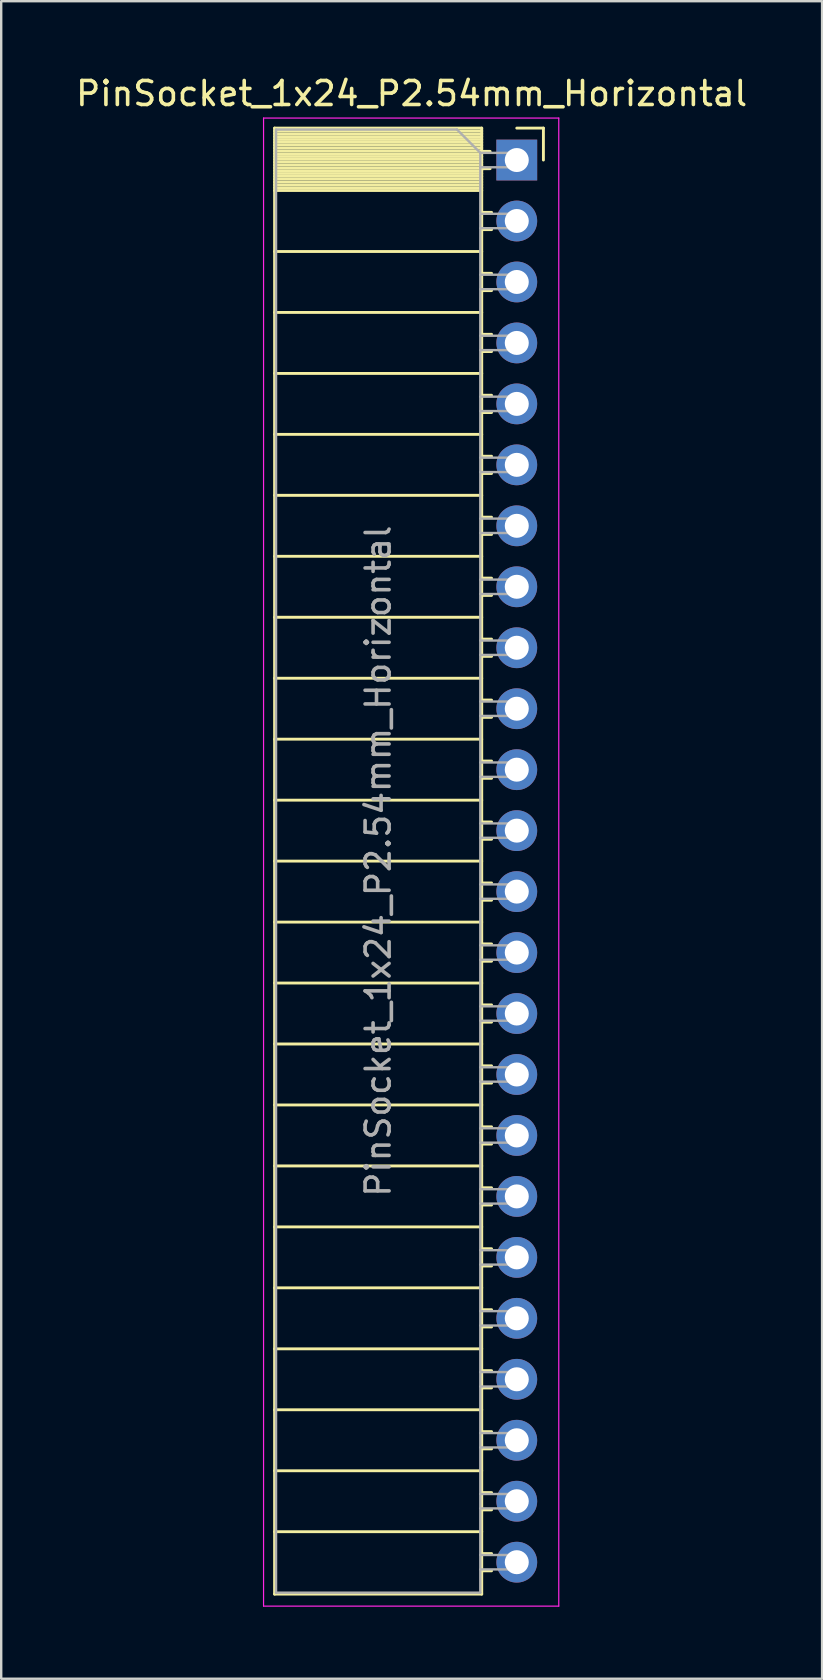
<source format=kicad_pcb>
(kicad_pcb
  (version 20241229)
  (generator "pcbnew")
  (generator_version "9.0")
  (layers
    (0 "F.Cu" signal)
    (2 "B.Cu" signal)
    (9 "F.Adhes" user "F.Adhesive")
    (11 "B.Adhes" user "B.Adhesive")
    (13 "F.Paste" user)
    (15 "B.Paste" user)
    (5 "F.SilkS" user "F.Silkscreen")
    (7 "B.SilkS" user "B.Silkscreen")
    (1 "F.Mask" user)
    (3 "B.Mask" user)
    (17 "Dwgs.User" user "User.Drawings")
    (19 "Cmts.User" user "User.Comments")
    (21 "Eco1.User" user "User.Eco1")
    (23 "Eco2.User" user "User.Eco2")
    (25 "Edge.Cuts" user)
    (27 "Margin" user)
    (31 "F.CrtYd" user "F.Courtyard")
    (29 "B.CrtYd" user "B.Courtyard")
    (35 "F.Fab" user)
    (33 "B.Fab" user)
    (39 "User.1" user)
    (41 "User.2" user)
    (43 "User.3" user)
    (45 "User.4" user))
  (footprint "PinSocket_1x24_P2.54mm_Horizontal"
    (layer "F.Cu")
    (at 18.481 3.618)
    (property "Reference" "PinSocket_1x24_P2.54mm_Horizontal" (at -4.38 -2.77 0) (layer "F.SilkS") (effects (font (size 1 1) (thickness 0.15))))
    (attr through_hole)
    (fp_line (start -10.09 -1.33) (end -10.09 59.75) (stroke (width 0.12) (type solid)) (layer "F.SilkS"))
    (fp_line (start -10.09 -1.33) (end -1.46 -1.33) (stroke (width 0.12) (type solid)) (layer "F.SilkS"))
    (fp_line (start -10.09 -1.21) (end -1.46 -1.21) (stroke (width 0.12) (type solid)) (layer "F.SilkS"))
    (fp_line (start -10.09 -1.092) (end -1.46 -1.092) (stroke (width 0.12) (type solid)) (layer "F.SilkS"))
    (fp_line (start -10.09 -0.974) (end -1.46 -0.974) (stroke (width 0.12) (type solid)) (layer "F.SilkS"))
    (fp_line (start -10.09 -0.856) (end -1.46 -0.856) (stroke (width 0.12) (type solid)) (layer "F.SilkS"))
    (fp_line (start -10.09 -0.738) (end -1.46 -0.738) (stroke (width 0.12) (type solid)) (layer "F.SilkS"))
    (fp_line (start -10.09 -0.62) (end -1.46 -0.62) (stroke (width 0.12) (type solid)) (layer "F.SilkS"))
    (fp_line (start -10.09 -0.501) (end -1.46 -0.501) (stroke (width 0.12) (type solid)) (layer "F.SilkS"))
    (fp_line (start -10.09 -0.383) (end -1.46 -0.383) (stroke (width 0.12) (type solid)) (layer "F.SilkS"))
    (fp_line (start -10.09 -0.265) (end -1.46 -0.265) (stroke (width 0.12) (type solid)) (layer "F.SilkS"))
    (fp_line (start -10.09 -0.147) (end -1.46 -0.147) (stroke (width 0.12) (type solid)) (layer "F.SilkS"))
    (fp_line (start -10.09 -0.029) (end -1.46 -0.029) (stroke (width 0.12) (type solid)) (layer "F.SilkS"))
    (fp_line (start -10.09 0.089) (end -1.46 0.089) (stroke (width 0.12) (type solid)) (layer "F.SilkS"))
    (fp_line (start -10.09 0.207) (end -1.46 0.207) (stroke (width 0.12) (type solid)) (layer "F.SilkS"))
    (fp_line (start -10.09 0.325) (end -1.46 0.325) (stroke (width 0.12) (type solid)) (layer "F.SilkS"))
    (fp_line (start -10.09 0.443) (end -1.46 0.443) (stroke (width 0.12) (type solid)) (layer "F.SilkS"))
    (fp_line (start -10.09 0.561) (end -1.46 0.561) (stroke (width 0.12) (type solid)) (layer "F.SilkS"))
    (fp_line (start -10.09 0.68) (end -1.46 0.68) (stroke (width 0.12) (type solid)) (layer "F.SilkS"))
    (fp_line (start -10.09 0.798) (end -1.46 0.798) (stroke (width 0.12) (type solid)) (layer "F.SilkS"))
    (fp_line (start -10.09 0.916) (end -1.46 0.916) (stroke (width 0.12) (type solid)) (layer "F.SilkS"))
    (fp_line (start -10.09 1.034) (end -1.46 1.034) (stroke (width 0.12) (type solid)) (layer "F.SilkS"))
    (fp_line (start -10.09 1.152) (end -1.46 1.152) (stroke (width 0.12) (type solid)) (layer "F.SilkS"))
    (fp_line (start -10.09 1.27) (end -1.46 1.27) (stroke (width 0.12) (type solid)) (layer "F.SilkS"))
    (fp_line (start -10.09 3.81) (end -1.46 3.81) (stroke (width 0.12) (type solid)) (layer "F.SilkS"))
    (fp_line (start -10.09 6.35) (end -1.46 6.35) (stroke (width 0.12) (type solid)) (layer "F.SilkS"))
    (fp_line (start -10.09 8.89) (end -1.46 8.89) (stroke (width 0.12) (type solid)) (layer "F.SilkS"))
    (fp_line (start -10.09 11.43) (end -1.46 11.43) (stroke (width 0.12) (type solid)) (layer "F.SilkS"))
    (fp_line (start -10.09 13.97) (end -1.46 13.97) (stroke (width 0.12) (type solid)) (layer "F.SilkS"))
    (fp_line (start -10.09 16.51) (end -1.46 16.51) (stroke (width 0.12) (type solid)) (layer "F.SilkS"))
    (fp_line (start -10.09 19.05) (end -1.46 19.05) (stroke (width 0.12) (type solid)) (layer "F.SilkS"))
    (fp_line (start -10.09 21.59) (end -1.46 21.59) (stroke (width 0.12) (type solid)) (layer "F.SilkS"))
    (fp_line (start -10.09 24.13) (end -1.46 24.13) (stroke (width 0.12) (type solid)) (layer "F.SilkS"))
    (fp_line (start -10.09 26.67) (end -1.46 26.67) (stroke (width 0.12) (type solid)) (layer "F.SilkS"))
    (fp_line (start -10.09 29.21) (end -1.46 29.21) (stroke (width 0.12) (type solid)) (layer "F.SilkS"))
    (fp_line (start -10.09 31.75) (end -1.46 31.75) (stroke (width 0.12) (type solid)) (layer "F.SilkS"))
    (fp_line (start -10.09 34.29) (end -1.46 34.29) (stroke (width 0.12) (type solid)) (layer "F.SilkS"))
    (fp_line (start -10.09 36.83) (end -1.46 36.83) (stroke (width 0.12) (type solid)) (layer "F.SilkS"))
    (fp_line (start -10.09 39.37) (end -1.46 39.37) (stroke (width 0.12) (type solid)) (layer "F.SilkS"))
    (fp_line (start -10.09 41.91) (end -1.46 41.91) (stroke (width 0.12) (type solid)) (layer "F.SilkS"))
    (fp_line (start -10.09 44.45) (end -1.46 44.45) (stroke (width 0.12) (type solid)) (layer "F.SilkS"))
    (fp_line (start -10.09 46.99) (end -1.46 46.99) (stroke (width 0.12) (type solid)) (layer "F.SilkS"))
    (fp_line (start -10.09 49.53) (end -1.46 49.53) (stroke (width 0.12) (type solid)) (layer "F.SilkS"))
    (fp_line (start -10.09 52.07) (end -1.46 52.07) (stroke (width 0.12) (type solid)) (layer "F.SilkS"))
    (fp_line (start -10.09 54.61) (end -1.46 54.61) (stroke (width 0.12) (type solid)) (layer "F.SilkS"))
    (fp_line (start -10.09 57.15) (end -1.46 57.15) (stroke (width 0.12) (type solid)) (layer "F.SilkS"))
    (fp_line (start -10.09 59.75) (end -1.46 59.75) (stroke (width 0.12) (type solid)) (layer "F.SilkS"))
    (fp_line (start -1.46 -1.33) (end -1.46 59.75) (stroke (width 0.12) (type solid)) (layer "F.SilkS"))
    (fp_line (start -1.46 -0.36) (end -1.11 -0.36) (stroke (width 0.12) (type solid)) (layer "F.SilkS"))
    (fp_line (start -1.46 0.36) (end -1.11 0.36) (stroke (width 0.12) (type solid)) (layer "F.SilkS"))
    (fp_line (start -1.46 2.18) (end -1.05 2.18) (stroke (width 0.12) (type solid)) (layer "F.SilkS"))
    (fp_line (start -1.46 2.9) (end -1.05 2.9) (stroke (width 0.12) (type solid)) (layer "F.SilkS"))
    (fp_line (start -1.46 4.72) (end -1.05 4.72) (stroke (width 0.12) (type solid)) (layer "F.SilkS"))
    (fp_line (start -1.46 5.44) (end -1.05 5.44) (stroke (width 0.12) (type solid)) (layer "F.SilkS"))
    (fp_line (start -1.46 7.26) (end -1.05 7.26) (stroke (width 0.12) (type solid)) (layer "F.SilkS"))
    (fp_line (start -1.46 7.98) (end -1.05 7.98) (stroke (width 0.12) (type solid)) (layer "F.SilkS"))
    (fp_line (start -1.46 9.8) (end -1.05 9.8) (stroke (width 0.12) (type solid)) (layer "F.SilkS"))
    (fp_line (start -1.46 10.52) (end -1.05 10.52) (stroke (width 0.12) (type solid)) (layer "F.SilkS"))
    (fp_line (start -1.46 12.34) (end -1.05 12.34) (stroke (width 0.12) (type solid)) (layer "F.SilkS"))
    (fp_line (start -1.46 13.06) (end -1.05 13.06) (stroke (width 0.12) (type solid)) (layer "F.SilkS"))
    (fp_line (start -1.46 14.88) (end -1.05 14.88) (stroke (width 0.12) (type solid)) (layer "F.SilkS"))
    (fp_line (start -1.46 15.6) (end -1.05 15.6) (stroke (width 0.12) (type solid)) (layer "F.SilkS"))
    (fp_line (start -1.46 17.42) (end -1.05 17.42) (stroke (width 0.12) (type solid)) (layer "F.SilkS"))
    (fp_line (start -1.46 18.14) (end -1.05 18.14) (stroke (width 0.12) (type solid)) (layer "F.SilkS"))
    (fp_line (start -1.46 19.96) (end -1.05 19.96) (stroke (width 0.12) (type solid)) (layer "F.SilkS"))
    (fp_line (start -1.46 20.68) (end -1.05 20.68) (stroke (width 0.12) (type solid)) (layer "F.SilkS"))
    (fp_line (start -1.46 22.5) (end -1.05 22.5) (stroke (width 0.12) (type solid)) (layer "F.SilkS"))
    (fp_line (start -1.46 23.22) (end -1.05 23.22) (stroke (width 0.12) (type solid)) (layer "F.SilkS"))
    (fp_line (start -1.46 25.04) (end -1.05 25.04) (stroke (width 0.12) (type solid)) (layer "F.SilkS"))
    (fp_line (start -1.46 25.76) (end -1.05 25.76) (stroke (width 0.12) (type solid)) (layer "F.SilkS"))
    (fp_line (start -1.46 27.58) (end -1.05 27.58) (stroke (width 0.12) (type solid)) (layer "F.SilkS"))
    (fp_line (start -1.46 28.3) (end -1.05 28.3) (stroke (width 0.12) (type solid)) (layer "F.SilkS"))
    (fp_line (start -1.46 30.12) (end -1.05 30.12) (stroke (width 0.12) (type solid)) (layer "F.SilkS"))
    (fp_line (start -1.46 30.84) (end -1.05 30.84) (stroke (width 0.12) (type solid)) (layer "F.SilkS"))
    (fp_line (start -1.46 32.66) (end -1.05 32.66) (stroke (width 0.12) (type solid)) (layer "F.SilkS"))
    (fp_line (start -1.46 33.38) (end -1.05 33.38) (stroke (width 0.12) (type solid)) (layer "F.SilkS"))
    (fp_line (start -1.46 35.2) (end -1.05 35.2) (stroke (width 0.12) (type solid)) (layer "F.SilkS"))
    (fp_line (start -1.46 35.92) (end -1.05 35.92) (stroke (width 0.12) (type solid)) (layer "F.SilkS"))
    (fp_line (start -1.46 37.74) (end -1.05 37.74) (stroke (width 0.12) (type solid)) (layer "F.SilkS"))
    (fp_line (start -1.46 38.46) (end -1.05 38.46) (stroke (width 0.12) (type solid)) (layer "F.SilkS"))
    (fp_line (start -1.46 40.28) (end -1.05 40.28) (stroke (width 0.12) (type solid)) (layer "F.SilkS"))
    (fp_line (start -1.46 41) (end -1.05 41) (stroke (width 0.12) (type solid)) (layer "F.SilkS"))
    (fp_line (start -1.46 42.82) (end -1.05 42.82) (stroke (width 0.12) (type solid)) (layer "F.SilkS"))
    (fp_line (start -1.46 43.54) (end -1.05 43.54) (stroke (width 0.12) (type solid)) (layer "F.SilkS"))
    (fp_line (start -1.46 45.36) (end -1.05 45.36) (stroke (width 0.12) (type solid)) (layer "F.SilkS"))
    (fp_line (start -1.46 46.08) (end -1.05 46.08) (stroke (width 0.12) (type solid)) (layer "F.SilkS"))
    (fp_line (start -1.46 47.9) (end -1.05 47.9) (stroke (width 0.12) (type solid)) (layer "F.SilkS"))
    (fp_line (start -1.46 48.62) (end -1.05 48.62) (stroke (width 0.12) (type solid)) (layer "F.SilkS"))
    (fp_line (start -1.46 50.44) (end -1.05 50.44) (stroke (width 0.12) (type solid)) (layer "F.SilkS"))
    (fp_line (start -1.46 51.16) (end -1.05 51.16) (stroke (width 0.12) (type solid)) (layer "F.SilkS"))
    (fp_line (start -1.46 52.98) (end -1.05 52.98) (stroke (width 0.12) (type solid)) (layer "F.SilkS"))
    (fp_line (start -1.46 53.7) (end -1.05 53.7) (stroke (width 0.12) (type solid)) (layer "F.SilkS"))
    (fp_line (start -1.46 55.52) (end -1.05 55.52) (stroke (width 0.12) (type solid)) (layer "F.SilkS"))
    (fp_line (start -1.46 56.24) (end -1.05 56.24) (stroke (width 0.12) (type solid)) (layer "F.SilkS"))
    (fp_line (start -1.46 58.06) (end -1.05 58.06) (stroke (width 0.12) (type solid)) (layer "F.SilkS"))
    (fp_line (start -1.46 58.78) (end -1.05 58.78) (stroke (width 0.12) (type solid)) (layer "F.SilkS"))
    (fp_line (start 0 -1.33) (end 1.11 -1.33) (stroke (width 0.12) (type solid)) (layer "F.SilkS"))
    (fp_line (start 1.11 -1.33) (end 1.11 0) (stroke (width 0.12) (type solid)) (layer "F.SilkS"))
    (fp_line (start -10.55 -1.75) (end -10.55 60.25) (stroke (width 0.05) (type solid)) (layer "F.CrtYd"))
    (fp_line (start -10.55 60.25) (end 1.75 60.25) (stroke (width 0.05) (type solid)) (layer "F.CrtYd"))
    (fp_line (start 1.75 -1.75) (end -10.55 -1.75) (stroke (width 0.05) (type solid)) (layer "F.CrtYd"))
    (fp_line (start 1.75 60.25) (end 1.75 -1.75) (stroke (width 0.05) (type solid)) (layer "F.CrtYd"))
    (fp_line (start -10.03 -1.27) (end -2.49 -1.27) (stroke (width 0.1) (type solid)) (layer "F.Fab"))
    (fp_line (start -10.03 59.69) (end -10.03 -1.27) (stroke (width 0.1) (type solid)) (layer "F.Fab"))
    (fp_line (start -2.49 -1.27) (end -1.52 -0.3) (stroke (width 0.1) (type solid)) (layer "F.Fab"))
    (fp_line (start -1.52 -0.3) (end -1.52 59.69) (stroke (width 0.1) (type solid)) (layer "F.Fab"))
    (fp_line (start -1.52 0.3) (end 0 0.3) (stroke (width 0.1) (type solid)) (layer "F.Fab"))
    (fp_line (start -1.52 2.84) (end 0 2.84) (stroke (width 0.1) (type solid)) (layer "F.Fab"))
    (fp_line (start -1.52 5.38) (end 0 5.38) (stroke (width 0.1) (type solid)) (layer "F.Fab"))
    (fp_line (start -1.52 7.92) (end 0 7.92) (stroke (width 0.1) (type solid)) (layer "F.Fab"))
    (fp_line (start -1.52 10.46) (end 0 10.46) (stroke (width 0.1) (type solid)) (layer "F.Fab"))
    (fp_line (start -1.52 13) (end 0 13) (stroke (width 0.1) (type solid)) (layer "F.Fab"))
    (fp_line (start -1.52 15.54) (end 0 15.54) (stroke (width 0.1) (type solid)) (layer "F.Fab"))
    (fp_line (start -1.52 18.08) (end 0 18.08) (stroke (width 0.1) (type solid)) (layer "F.Fab"))
    (fp_line (start -1.52 20.62) (end 0 20.62) (stroke (width 0.1) (type solid)) (layer "F.Fab"))
    (fp_line (start -1.52 23.16) (end 0 23.16) (stroke (width 0.1) (type solid)) (layer "F.Fab"))
    (fp_line (start -1.52 25.7) (end 0 25.7) (stroke (width 0.1) (type solid)) (layer "F.Fab"))
    (fp_line (start -1.52 28.24) (end 0 28.24) (stroke (width 0.1) (type solid)) (layer "F.Fab"))
    (fp_line (start -1.52 30.78) (end 0 30.78) (stroke (width 0.1) (type solid)) (layer "F.Fab"))
    (fp_line (start -1.52 33.32) (end 0 33.32) (stroke (width 0.1) (type solid)) (layer "F.Fab"))
    (fp_line (start -1.52 35.86) (end 0 35.86) (stroke (width 0.1) (type solid)) (layer "F.Fab"))
    (fp_line (start -1.52 38.4) (end 0 38.4) (stroke (width 0.1) (type solid)) (layer "F.Fab"))
    (fp_line (start -1.52 40.94) (end 0 40.94) (stroke (width 0.1) (type solid)) (layer "F.Fab"))
    (fp_line (start -1.52 43.48) (end 0 43.48) (stroke (width 0.1) (type solid)) (layer "F.Fab"))
    (fp_line (start -1.52 46.02) (end 0 46.02) (stroke (width 0.1) (type solid)) (layer "F.Fab"))
    (fp_line (start -1.52 48.56) (end 0 48.56) (stroke (width 0.1) (type solid)) (layer "F.Fab"))
    (fp_line (start -1.52 51.1) (end 0 51.1) (stroke (width 0.1) (type solid)) (layer "F.Fab"))
    (fp_line (start -1.52 53.64) (end 0 53.64) (stroke (width 0.1) (type solid)) (layer "F.Fab"))
    (fp_line (start -1.52 56.18) (end 0 56.18) (stroke (width 0.1) (type solid)) (layer "F.Fab"))
    (fp_line (start -1.52 58.72) (end 0 58.72) (stroke (width 0.1) (type solid)) (layer "F.Fab"))
    (fp_line (start -1.52 59.69) (end -10.03 59.69) (stroke (width 0.1) (type solid)) (layer "F.Fab"))
    (fp_line (start 0 -0.3) (end -1.52 -0.3) (stroke (width 0.1) (type solid)) (layer "F.Fab"))
    (fp_line (start 0 0.3) (end 0 -0.3) (stroke (width 0.1) (type solid)) (layer "F.Fab"))
    (fp_line (start 0 2.24) (end -1.52 2.24) (stroke (width 0.1) (type solid)) (layer "F.Fab"))
    (fp_line (start 0 2.84) (end 0 2.24) (stroke (width 0.1) (type solid)) (layer "F.Fab"))
    (fp_line (start 0 4.78) (end -1.52 4.78) (stroke (width 0.1) (type solid)) (layer "F.Fab"))
    (fp_line (start 0 5.38) (end 0 4.78) (stroke (width 0.1) (type solid)) (layer "F.Fab"))
    (fp_line (start 0 7.32) (end -1.52 7.32) (stroke (width 0.1) (type solid)) (layer "F.Fab"))
    (fp_line (start 0 7.92) (end 0 7.32) (stroke (width 0.1) (type solid)) (layer "F.Fab"))
    (fp_line (start 0 9.86) (end -1.52 9.86) (stroke (width 0.1) (type solid)) (layer "F.Fab"))
    (fp_line (start 0 10.46) (end 0 9.86) (stroke (width 0.1) (type solid)) (layer "F.Fab"))
    (fp_line (start 0 12.4) (end -1.52 12.4) (stroke (width 0.1) (type solid)) (layer "F.Fab"))
    (fp_line (start 0 13) (end 0 12.4) (stroke (width 0.1) (type solid)) (layer "F.Fab"))
    (fp_line (start 0 14.94) (end -1.52 14.94) (stroke (width 0.1) (type solid)) (layer "F.Fab"))
    (fp_line (start 0 15.54) (end 0 14.94) (stroke (width 0.1) (type solid)) (layer "F.Fab"))
    (fp_line (start 0 17.48) (end -1.52 17.48) (stroke (width 0.1) (type solid)) (layer "F.Fab"))
    (fp_line (start 0 18.08) (end 0 17.48) (stroke (width 0.1) (type solid)) (layer "F.Fab"))
    (fp_line (start 0 20.02) (end -1.52 20.02) (stroke (width 0.1) (type solid)) (layer "F.Fab"))
    (fp_line (start 0 20.62) (end 0 20.02) (stroke (width 0.1) (type solid)) (layer "F.Fab"))
    (fp_line (start 0 22.56) (end -1.52 22.56) (stroke (width 0.1) (type solid)) (layer "F.Fab"))
    (fp_line (start 0 23.16) (end 0 22.56) (stroke (width 0.1) (type solid)) (layer "F.Fab"))
    (fp_line (start 0 25.1) (end -1.52 25.1) (stroke (width 0.1) (type solid)) (layer "F.Fab"))
    (fp_line (start 0 25.7) (end 0 25.1) (stroke (width 0.1) (type solid)) (layer "F.Fab"))
    (fp_line (start 0 27.64) (end -1.52 27.64) (stroke (width 0.1) (type solid)) (layer "F.Fab"))
    (fp_line (start 0 28.24) (end 0 27.64) (stroke (width 0.1) (type solid)) (layer "F.Fab"))
    (fp_line (start 0 30.18) (end -1.52 30.18) (stroke (width 0.1) (type solid)) (layer "F.Fab"))
    (fp_line (start 0 30.78) (end 0 30.18) (stroke (width 0.1) (type solid)) (layer "F.Fab"))
    (fp_line (start 0 32.72) (end -1.52 32.72) (stroke (width 0.1) (type solid)) (layer "F.Fab"))
    (fp_line (start 0 33.32) (end 0 32.72) (stroke (width 0.1) (type solid)) (layer "F.Fab"))
    (fp_line (start 0 35.26) (end -1.52 35.26) (stroke (width 0.1) (type solid)) (layer "F.Fab"))
    (fp_line (start 0 35.86) (end 0 35.26) (stroke (width 0.1) (type solid)) (layer "F.Fab"))
    (fp_line (start 0 37.8) (end -1.52 37.8) (stroke (width 0.1) (type solid)) (layer "F.Fab"))
    (fp_line (start 0 38.4) (end 0 37.8) (stroke (width 0.1) (type solid)) (layer "F.Fab"))
    (fp_line (start 0 40.34) (end -1.52 40.34) (stroke (width 0.1) (type solid)) (layer "F.Fab"))
    (fp_line (start 0 40.94) (end 0 40.34) (stroke (width 0.1) (type solid)) (layer "F.Fab"))
    (fp_line (start 0 42.88) (end -1.52 42.88) (stroke (width 0.1) (type solid)) (layer "F.Fab"))
    (fp_line (start 0 43.48) (end 0 42.88) (stroke (width 0.1) (type solid)) (layer "F.Fab"))
    (fp_line (start 0 45.42) (end -1.52 45.42) (stroke (width 0.1) (type solid)) (layer "F.Fab"))
    (fp_line (start 0 46.02) (end 0 45.42) (stroke (width 0.1) (type solid)) (layer "F.Fab"))
    (fp_line (start 0 47.96) (end -1.52 47.96) (stroke (width 0.1) (type solid)) (layer "F.Fab"))
    (fp_line (start 0 48.56) (end 0 47.96) (stroke (width 0.1) (type solid)) (layer "F.Fab"))
    (fp_line (start 0 50.5) (end -1.52 50.5) (stroke (width 0.1) (type solid)) (layer "F.Fab"))
    (fp_line (start 0 51.1) (end 0 50.5) (stroke (width 0.1) (type solid)) (layer "F.Fab"))
    (fp_line (start 0 53.04) (end -1.52 53.04) (stroke (width 0.1) (type solid)) (layer "F.Fab"))
    (fp_line (start 0 53.64) (end 0 53.04) (stroke (width 0.1) (type solid)) (layer "F.Fab"))
    (fp_line (start 0 55.58) (end -1.52 55.58) (stroke (width 0.1) (type solid)) (layer "F.Fab"))
    (fp_line (start 0 56.18) (end 0 55.58) (stroke (width 0.1) (type solid)) (layer "F.Fab"))
    (fp_line (start 0 58.12) (end -1.52 58.12) (stroke (width 0.1) (type solid)) (layer "F.Fab"))
    (fp_line (start 0 58.72) (end 0 58.12) (stroke (width 0.1) (type solid)) (layer "F.Fab"))
    (fp_text user "${REFERENCE}" (at -5.775 29.21 90) (layer "F.Fab") (effects (font (size 1 1) (thickness 0.15))))
    (pad "1" thru_hole rect (at 0 0) (size 1.7 1.7) (drill 1) (layers "*.Cu" "*.Mask"))
    (pad "2" thru_hole circle (at 0 2.54) (size 1.7 1.7) (drill 1) (layers "*.Cu" "*.Mask"))
    (pad "3" thru_hole circle (at 0 5.08) (size 1.7 1.7) (drill 1) (layers "*.Cu" "*.Mask"))
    (pad "4" thru_hole circle (at 0 7.62) (size 1.7 1.7) (drill 1) (layers "*.Cu" "*.Mask"))
    (pad "5" thru_hole circle (at 0 10.16) (size 1.7 1.7) (drill 1) (layers "*.Cu" "*.Mask"))
    (pad "6" thru_hole circle (at 0 12.7) (size 1.7 1.7) (drill 1) (layers "*.Cu" "*.Mask"))
    (pad "7" thru_hole circle (at 0 15.24) (size 1.7 1.7) (drill 1) (layers "*.Cu" "*.Mask"))
    (pad "8" thru_hole circle (at 0 17.78) (size 1.7 1.7) (drill 1) (layers "*.Cu" "*.Mask"))
    (pad "9" thru_hole circle (at 0 20.32) (size 1.7 1.7) (drill 1) (layers "*.Cu" "*.Mask"))
    (pad "10" thru_hole circle (at 0 22.86) (size 1.7 1.7) (drill 1) (layers "*.Cu" "*.Mask"))
    (pad "11" thru_hole circle (at 0 25.4) (size 1.7 1.7) (drill 1) (layers "*.Cu" "*.Mask"))
    (pad "12" thru_hole circle (at 0 27.94) (size 1.7 1.7) (drill 1) (layers "*.Cu" "*.Mask"))
    (pad "13" thru_hole circle (at 0 30.48) (size 1.7 1.7) (drill 1) (layers "*.Cu" "*.Mask"))
    (pad "14" thru_hole circle (at 0 33.02) (size 1.7 1.7) (drill 1) (layers "*.Cu" "*.Mask"))
    (pad "15" thru_hole circle (at 0 35.56) (size 1.7 1.7) (drill 1) (layers "*.Cu" "*.Mask"))
    (pad "16" thru_hole circle (at 0 38.1) (size 1.7 1.7) (drill 1) (layers "*.Cu" "*.Mask"))
    (pad "17" thru_hole circle (at 0 40.64) (size 1.7 1.7) (drill 1) (layers "*.Cu" "*.Mask"))
    (pad "18" thru_hole circle (at 0 43.18) (size 1.7 1.7) (drill 1) (layers "*.Cu" "*.Mask"))
    (pad "19" thru_hole circle (at 0 45.72) (size 1.7 1.7) (drill 1) (layers "*.Cu" "*.Mask"))
    (pad "20" thru_hole circle (at 0 48.26) (size 1.7 1.7) (drill 1) (layers "*.Cu" "*.Mask"))
    (pad "21" thru_hole circle (at 0 50.8) (size 1.7 1.7) (drill 1) (layers "*.Cu" "*.Mask"))
    (pad "22" thru_hole circle (at 0 53.34) (size 1.7 1.7) (drill 1) (layers "*.Cu" "*.Mask"))
    (pad "23" thru_hole circle (at 0 55.88) (size 1.7 1.7) (drill 1) (layers "*.Cu" "*.Mask"))
    (pad "24" thru_hole circle (at 0 58.42) (size 1.7 1.7) (drill 1) (layers "*.Cu" "*.Mask")))
  (gr_rect
    (start -3 -3)
    (end 31.202 66.893)
    (stroke (width 0.1) (type default))
    (fill no)
    (layer "Edge.Cuts")))
</source>
